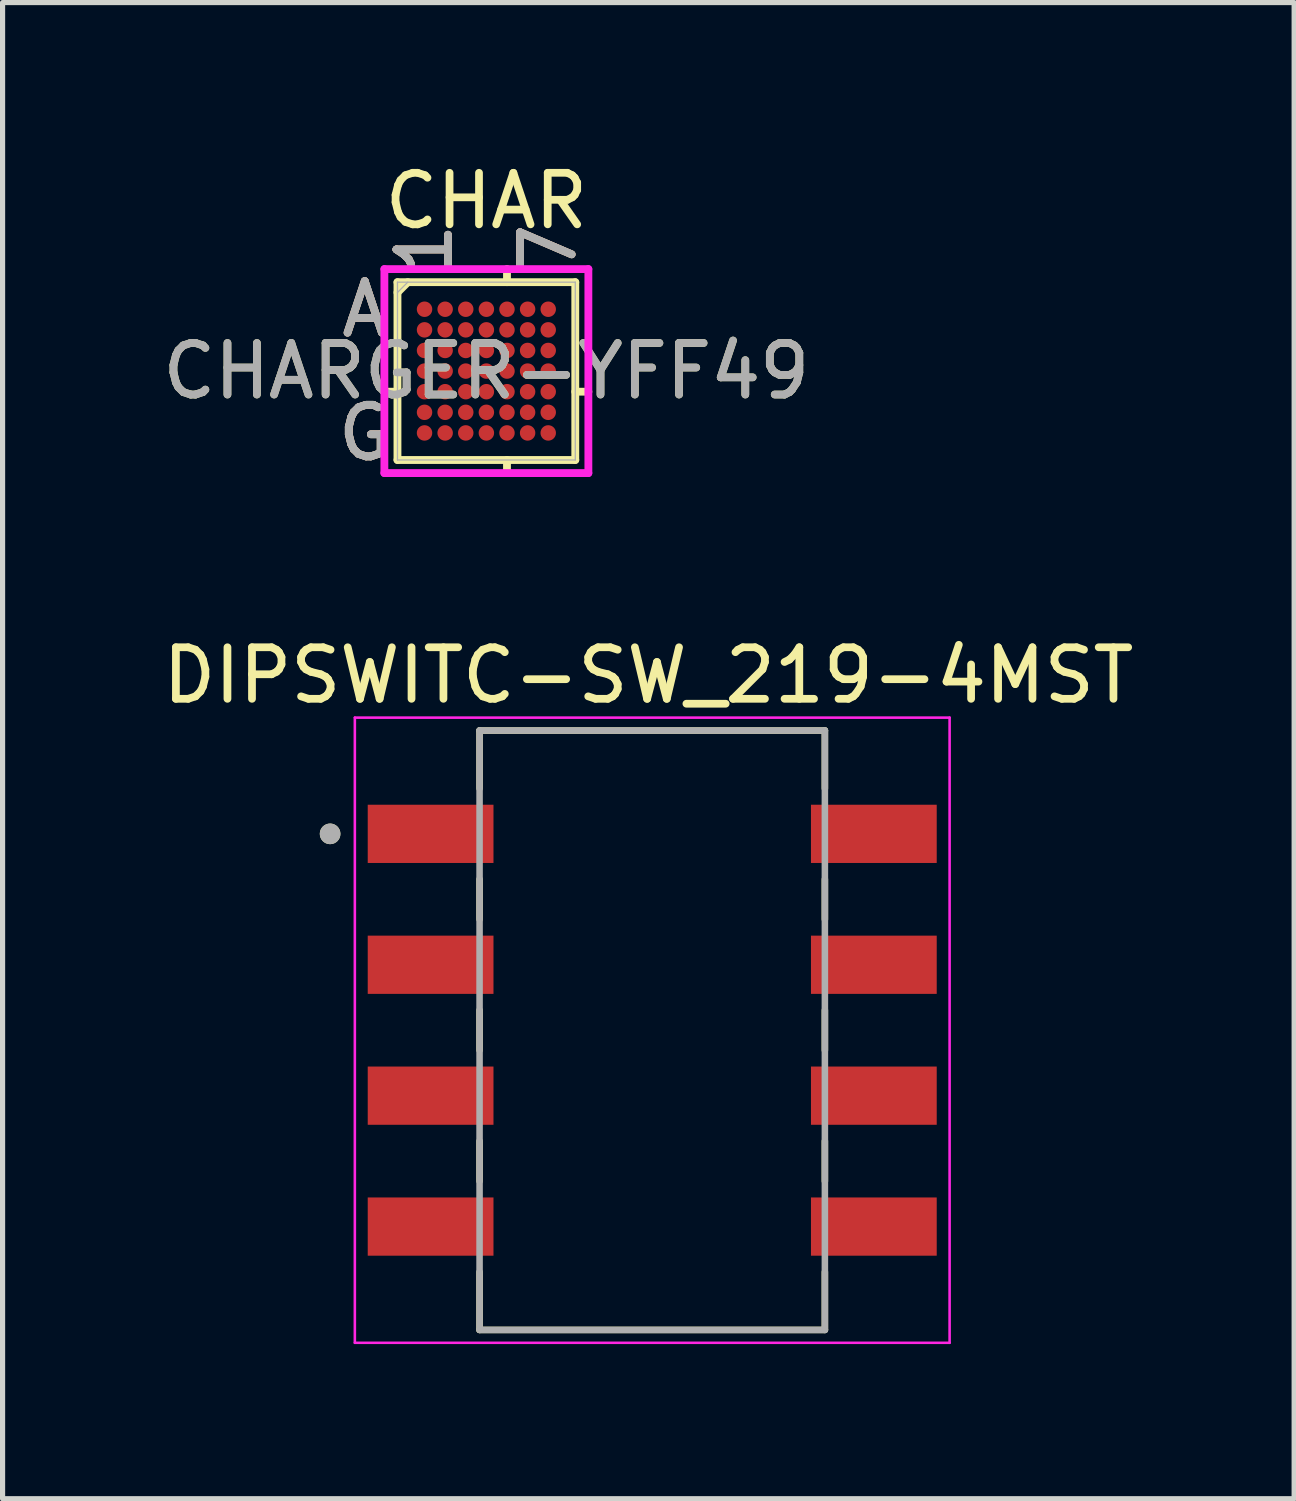
<source format=kicad_pcb>
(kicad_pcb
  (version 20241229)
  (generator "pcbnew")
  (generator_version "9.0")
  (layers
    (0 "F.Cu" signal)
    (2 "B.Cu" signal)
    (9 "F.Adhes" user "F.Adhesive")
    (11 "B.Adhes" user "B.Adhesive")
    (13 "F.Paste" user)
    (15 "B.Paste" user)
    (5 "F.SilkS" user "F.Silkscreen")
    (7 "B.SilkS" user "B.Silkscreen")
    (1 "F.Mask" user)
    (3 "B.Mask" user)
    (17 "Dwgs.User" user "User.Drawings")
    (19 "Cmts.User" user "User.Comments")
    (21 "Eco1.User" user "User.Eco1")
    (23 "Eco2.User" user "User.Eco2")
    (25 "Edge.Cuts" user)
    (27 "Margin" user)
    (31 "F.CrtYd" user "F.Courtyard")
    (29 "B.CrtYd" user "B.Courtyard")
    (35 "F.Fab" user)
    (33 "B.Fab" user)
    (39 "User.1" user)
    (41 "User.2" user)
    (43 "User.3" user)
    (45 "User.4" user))
  (footprint "DIPSWITC-SW_219-4MST"
    (layer "F.Cu")
    (at 9.605 16.939)
    (property "Reference" "DIPSWITC-SW_219-4MST" (at -0.075 -6.885 0) (layer "F.SilkS") (effects (font (size 1 1) (thickness 0.15))))
    (attr smd)
    (fp_line (start -3.35 -5.815) (end 3.35 -5.815) (stroke (width 0.127) (type solid)) (layer "F.SilkS"))
    (fp_line (start -3.35 -4.69) (end -3.35 -5.815) (stroke (width 0.127) (type solid)) (layer "F.SilkS"))
    (fp_line (start -3.35 -2.15) (end -3.35 -2.93) (stroke (width 0.127) (type solid)) (layer "F.SilkS"))
    (fp_line (start -3.35 0.39) (end -3.35 -0.39) (stroke (width 0.127) (type solid)) (layer "F.SilkS"))
    (fp_line (start -3.35 2.93) (end -3.35 2.15) (stroke (width 0.127) (type solid)) (layer "F.SilkS"))
    (fp_line (start -3.35 5.815) (end -3.35 4.69) (stroke (width 0.127) (type solid)) (layer "F.SilkS"))
    (fp_line (start 3.35 -5.815) (end 3.35 -4.69) (stroke (width 0.127) (type solid)) (layer "F.SilkS"))
    (fp_line (start 3.35 -2.93) (end 3.35 -2.15) (stroke (width 0.127) (type solid)) (layer "F.SilkS"))
    (fp_line (start 3.35 -0.39) (end 3.35 0.39) (stroke (width 0.127) (type solid)) (layer "F.SilkS"))
    (fp_line (start 3.35 2.15) (end 3.35 2.93) (stroke (width 0.127) (type solid)) (layer "F.SilkS"))
    (fp_line (start 3.35 4.69) (end 3.35 5.815) (stroke (width 0.127) (type solid)) (layer "F.SilkS"))
    (fp_line (start 3.35 5.815) (end -3.35 5.815) (stroke (width 0.127) (type solid)) (layer "F.SilkS"))
    (fp_circle (center -6.25 -3.81) (end -6.15 -3.81) (stroke (width 0.2) (type solid)) (fill no) (layer "F.SilkS"))
    (fp_line (start -5.77 -6.065) (end 5.77 -6.065) (stroke (width 0.05) (type solid)) (layer "F.CrtYd"))
    (fp_line (start -5.77 6.065) (end -5.77 -6.065) (stroke (width 0.05) (type solid)) (layer "F.CrtYd"))
    (fp_line (start 5.77 -6.065) (end 5.77 6.065) (stroke (width 0.05) (type solid)) (layer "F.CrtYd"))
    (fp_line (start 5.77 6.065) (end -5.77 6.065) (stroke (width 0.05) (type solid)) (layer "F.CrtYd"))
    (fp_line (start -3.35 -5.815) (end 3.35 -5.815) (stroke (width 0.127) (type solid)) (layer "F.Fab"))
    (fp_line (start -3.35 5.815) (end -3.35 -5.815) (stroke (width 0.127) (type solid)) (layer "F.Fab"))
    (fp_line (start 3.35 -5.815) (end 3.35 5.815) (stroke (width 0.127) (type solid)) (layer "F.Fab"))
    (fp_line (start 3.35 5.815) (end -3.35 5.815) (stroke (width 0.127) (type solid)) (layer "F.Fab"))
    (fp_circle (center -6.25 -3.81) (end -6.15 -3.81) (stroke (width 0.2) (type solid)) (fill no) (layer "F.Fab"))
    (pad "1" smd rect (at -4.3 -3.81) (size 2.44 1.13) (layers "F.Cu" "F.Mask" "F.Paste"))
    (pad "2" smd rect (at -4.3 -1.27) (size 2.44 1.13) (layers "F.Cu" "F.Mask" "F.Paste"))
    (pad "3" smd rect (at -4.3 1.27) (size 2.44 1.13) (layers "F.Cu" "F.Mask" "F.Paste"))
    (pad "4" smd rect (at -4.3 3.81) (size 2.44 1.13) (layers "F.Cu" "F.Mask" "F.Paste"))
    (pad "5" smd rect (at 4.3 3.81) (size 2.44 1.13) (layers "F.Cu" "F.Mask" "F.Paste"))
    (pad "6" smd rect (at 4.3 1.27) (size 2.44 1.13) (layers "F.Cu" "F.Mask" "F.Paste"))
    (pad "7" smd rect (at 4.3 -1.27) (size 2.44 1.13) (layers "F.Cu" "F.Mask" "F.Paste"))
    (pad "8" smd rect (at 4.3 -3.81) (size 2.44 1.13) (layers "F.Cu" "F.Mask" "F.Paste")))
  (footprint "CHARGER-YFF49"
    (layer "F.Cu")
    (at 6.387 4.15)
    (property "Reference" "CHARGER-YFF49" (at 0 0 0) (unlocked yes) (layer "F.SilkS") (effects (font (size 1 1) (thickness 0.15))))
    (attr smd)
    (fp_line (start -1.725 -1.725) (end -1.725 1.725) (stroke (width 0.152) (type solid)) (layer "F.SilkS"))
    (fp_line (start -1.725 0.4) (end -1.979 0.4) (stroke (width 0.152) (type solid)) (layer "F.SilkS"))
    (fp_line (start -1.725 1.725) (end 1.725 1.725) (stroke (width 0.152) (type solid)) (layer "F.SilkS"))
    (fp_line (start -1.525 -1.725) (end -1.725 -1.525) (stroke (width 0.152) (type solid)) (layer "F.SilkS"))
    (fp_line (start 0.4 -1.725) (end 0.4 -1.979) (stroke (width 0.152) (type solid)) (layer "F.SilkS"))
    (fp_line (start 0.4 1.725) (end 0.4 1.979) (stroke (width 0.152) (type solid)) (layer "F.SilkS"))
    (fp_line (start 1.725 -1.725) (end -1.725 -1.725) (stroke (width 0.152) (type solid)) (layer "F.SilkS"))
    (fp_line (start 1.725 0.4) (end 1.979 0.4) (stroke (width 0.152) (type solid)) (layer "F.SilkS"))
    (fp_line (start 1.725 1.725) (end 1.725 -1.725) (stroke (width 0.152) (type solid)) (layer "F.SilkS"))
    (fp_poly (pts (xy -1.845 -1.845) (xy 1.845 -1.845) (xy 1.845 1.845) (xy -1.845 1.845)) (stroke (width 0.1) (type solid)) (fill no) (layer "Eco2.User"))
    (fp_line (start -1.979 -1.979) (end 1.979 -1.979) (stroke (width 0.152) (type solid)) (layer "F.CrtYd"))
    (fp_line (start -1.979 1.979) (end -1.979 -1.979) (stroke (width 0.152) (type solid)) (layer "F.CrtYd"))
    (fp_line (start 1.979 -1.979) (end 1.979 1.979) (stroke (width 0.152) (type solid)) (layer "F.CrtYd"))
    (fp_line (start 1.979 1.979) (end -1.979 1.979) (stroke (width 0.152) (type solid)) (layer "F.CrtYd"))
    (fp_line (start -1.725 -1.725) (end -1.725 1.725) (stroke (width 0.025) (type solid)) (layer "F.Fab"))
    (fp_line (start -1.725 1.725) (end 1.725 1.725) (stroke (width 0.025) (type solid)) (layer "F.Fab"))
    (fp_line (start -1.525 -1.725) (end -1.725 -1.525) (stroke (width 0.025) (type solid)) (layer "F.Fab"))
    (fp_line (start 1.725 -1.725) (end -1.725 -1.725) (stroke (width 0.025) (type solid)) (layer "F.Fab"))
    (fp_line (start 1.725 1.725) (end 1.725 -1.725) (stroke (width 0.025) (type solid)) (layer "F.Fab"))
    (fp_text user "1" (at -1.2 -2.36 90) (unlocked yes) (layer "F.SilkS") (effects (font (size 1 1) (thickness 0.15))))
    (fp_text user "7" (at 1.2 -2.36 90) (unlocked yes) (layer "F.SilkS") (effects (font (size 1 1) (thickness 0.15))))
    (fp_text user "CHAR" (at 0 -3.302 0) (unlocked yes) (layer "F.SilkS") (effects (font (size 1 1) (thickness 0.15))))
    (fp_text user "A" (at -2.36 -1.2 0) (unlocked yes) (layer "F.SilkS") (effects (font (size 1 1) (thickness 0.15))))
    (fp_text user "G" (at -2.36 1.2 0) (unlocked yes) (layer "F.SilkS") (effects (font (size 1 1) (thickness 0.15))))
    (fp_text user "G" (at -2.36 1.2 0) (unlocked yes) (layer "B.SilkS") (effects (font (size 1 1) (thickness 0.15))))
    (fp_text user "7" (at 1.2 -2.36 90) (unlocked yes) (layer "B.SilkS") (effects (font (size 1 1) (thickness 0.15))))
    (fp_text user "1" (at -1.2 -2.36 90) (unlocked yes) (layer "B.SilkS") (effects (font (size 1 1) (thickness 0.15))))
    (fp_text user "A" (at -2.36 -1.2 0) (unlocked yes) (layer "B.SilkS") (effects (font (size 1 1) (thickness 0.15))))
    (fp_text user "1" (at -1.2 -2.36 90) (unlocked yes) (layer "F.Fab") (effects (font (size 1 1) (thickness 0.15))))
    (fp_text user "${REFERENCE}" (at 0 0 0) (unlocked yes) (layer "F.Fab") (effects (font (size 1 1) (thickness 0.15))))
    (fp_text user "G" (at -2.36 1.2 0) (unlocked yes) (layer "F.Fab") (effects (font (size 1 1) (thickness 0.15))))
    (fp_text user "7" (at 1.2 -2.36 90) (unlocked yes) (layer "F.Fab") (effects (font (size 1 1) (thickness 0.15))))
    (fp_text user "A" (at -2.36 -1.2 0) (unlocked yes) (layer "F.Fab") (effects (font (size 1 1) (thickness 0.15))))
    (pad "A1" smd circle (at -1.2 -1.2) (size 0.3 0.3) (layers "F.Cu" "F.Mask" "F.Paste"))
    (pad "A2" smd circle (at -0.8 -1.2) (size 0.3 0.3) (layers "F.Cu" "F.Mask" "F.Paste"))
    (pad "A3" smd circle (at -0.4 -1.2) (size 0.3 0.3) (layers "F.Cu" "F.Mask" "F.Paste"))
    (pad "A4" smd circle (at 0 -1.2) (size 0.3 0.3) (layers "F.Cu" "F.Mask" "F.Paste"))
    (pad "A5" smd circle (at 0.4 -1.2) (size 0.3 0.3) (layers "F.Cu" "F.Mask" "F.Paste"))
    (pad "A6" smd circle (at 0.8 -1.2) (size 0.3 0.3) (layers "F.Cu" "F.Mask" "F.Paste"))
    (pad "A7" smd circle (at 1.2 -1.2) (size 0.3 0.3) (layers "F.Cu" "F.Mask" "F.Paste"))
    (pad "B1" smd circle (at -1.2 -0.8) (size 0.3 0.3) (layers "F.Cu" "F.Mask" "F.Paste"))
    (pad "B2" smd circle (at -0.8 -0.8) (size 0.3 0.3) (layers "F.Cu" "F.Mask" "F.Paste"))
    (pad "B3" smd circle (at -0.4 -0.8) (size 0.3 0.3) (layers "F.Cu" "F.Mask" "F.Paste"))
    (pad "B4" smd circle (at 0 -0.8) (size 0.3 0.3) (layers "F.Cu" "F.Mask" "F.Paste"))
    (pad "B5" smd circle (at 0.4 -0.8) (size 0.3 0.3) (layers "F.Cu" "F.Mask" "F.Paste"))
    (pad "B6" smd circle (at 0.8 -0.8) (size 0.3 0.3) (layers "F.Cu" "F.Mask" "F.Paste"))
    (pad "B7" smd circle (at 1.2 -0.8) (size 0.3 0.3) (layers "F.Cu" "F.Mask" "F.Paste"))
    (pad "C1" smd circle (at -1.2 -0.4) (size 0.3 0.3) (layers "F.Cu" "F.Mask" "F.Paste"))
    (pad "C2" smd circle (at -0.8 -0.4) (size 0.3 0.3) (layers "F.Cu" "F.Mask" "F.Paste"))
    (pad "C3" smd circle (at -0.4 -0.4) (size 0.3 0.3) (layers "F.Cu" "F.Mask" "F.Paste"))
    (pad "C4" smd circle (at 0 -0.4) (size 0.3 0.3) (layers "F.Cu" "F.Mask" "F.Paste"))
    (pad "C5" smd circle (at 0.4 -0.4) (size 0.3 0.3) (layers "F.Cu" "F.Mask" "F.Paste"))
    (pad "C6" smd circle (at 0.8 -0.4) (size 0.3 0.3) (layers "F.Cu" "F.Mask" "F.Paste"))
    (pad "C7" smd circle (at 1.2 -0.4) (size 0.3 0.3) (layers "F.Cu" "F.Mask" "F.Paste"))
    (pad "D1" smd circle (at -1.2 0) (size 0.3 0.3) (layers "F.Cu" "F.Mask" "F.Paste"))
    (pad "D2" smd circle (at -0.8 0) (size 0.3 0.3) (layers "F.Cu" "F.Mask" "F.Paste"))
    (pad "D3" smd circle (at -0.4 0) (size 0.3 0.3) (layers "F.Cu" "F.Mask" "F.Paste"))
    (pad "D4" smd circle (at 0 0) (size 0.3 0.3) (layers "F.Cu" "F.Mask" "F.Paste"))
    (pad "D5" smd circle (at 0.4 0) (size 0.3 0.3) (layers "F.Cu" "F.Mask" "F.Paste"))
    (pad "D6" smd circle (at 0.8 0) (size 0.3 0.3) (layers "F.Cu" "F.Mask" "F.Paste"))
    (pad "D7" smd circle (at 1.2 0) (size 0.3 0.3) (layers "F.Cu" "F.Mask" "F.Paste"))
    (pad "E1" smd circle (at -1.2 0.4) (size 0.3 0.3) (layers "F.Cu" "F.Mask" "F.Paste"))
    (pad "E2" smd circle (at -0.8 0.4) (size 0.3 0.3) (layers "F.Cu" "F.Mask" "F.Paste"))
    (pad "E3" smd circle (at -0.4 0.4) (size 0.3 0.3) (layers "F.Cu" "F.Mask" "F.Paste"))
    (pad "E4" smd circle (at 0 0.4) (size 0.3 0.3) (layers "F.Cu" "F.Mask" "F.Paste"))
    (pad "E5" smd circle (at 0.4 0.4) (size 0.3 0.3) (layers "F.Cu" "F.Mask" "F.Paste"))
    (pad "E6" smd circle (at 0.8 0.4) (size 0.3 0.3) (layers "F.Cu" "F.Mask" "F.Paste"))
    (pad "E7" smd circle (at 1.2 0.4) (size 0.3 0.3) (layers "F.Cu" "F.Mask" "F.Paste"))
    (pad "F1" smd circle (at -1.2 0.8) (size 0.3 0.3) (layers "F.Cu" "F.Mask" "F.Paste"))
    (pad "F2" smd circle (at -0.8 0.8) (size 0.3 0.3) (layers "F.Cu" "F.Mask" "F.Paste"))
    (pad "F3" smd circle (at -0.4 0.8) (size 0.3 0.3) (layers "F.Cu" "F.Mask" "F.Paste"))
    (pad "F4" smd circle (at 0 0.8) (size 0.3 0.3) (layers "F.Cu" "F.Mask" "F.Paste"))
    (pad "F5" smd circle (at 0.4 0.8) (size 0.3 0.3) (layers "F.Cu" "F.Mask" "F.Paste"))
    (pad "F6" smd circle (at 0.8 0.8) (size 0.3 0.3) (layers "F.Cu" "F.Mask" "F.Paste"))
    (pad "F7" smd circle (at 1.2 0.8) (size 0.3 0.3) (layers "F.Cu" "F.Mask" "F.Paste"))
    (pad "G1" smd circle (at -1.2 1.2) (size 0.3 0.3) (layers "F.Cu" "F.Mask" "F.Paste"))
    (pad "G2" smd circle (at -0.8 1.2) (size 0.3 0.3) (layers "F.Cu" "F.Mask" "F.Paste"))
    (pad "G3" smd circle (at -0.4 1.2) (size 0.3 0.3) (layers "F.Cu" "F.Mask" "F.Paste"))
    (pad "G4" smd circle (at 0 1.2) (size 0.3 0.3) (layers "F.Cu" "F.Mask" "F.Paste"))
    (pad "G5" smd circle (at 0.4 1.2) (size 0.3 0.3) (layers "F.Cu" "F.Mask" "F.Paste"))
    (pad "G6" smd circle (at 0.8 1.2) (size 0.3 0.3) (layers "F.Cu" "F.Mask" "F.Paste"))
    (pad "G7" smd circle (at 1.2 1.2) (size 0.3 0.3) (layers "F.Cu" "F.Mask" "F.Paste")))
  (gr_rect
    (start -3 -3)
    (end 22.06 26.029)
    (stroke (width 0.1) (type default))
    (fill no)
    (layer "Edge.Cuts")))
</source>
